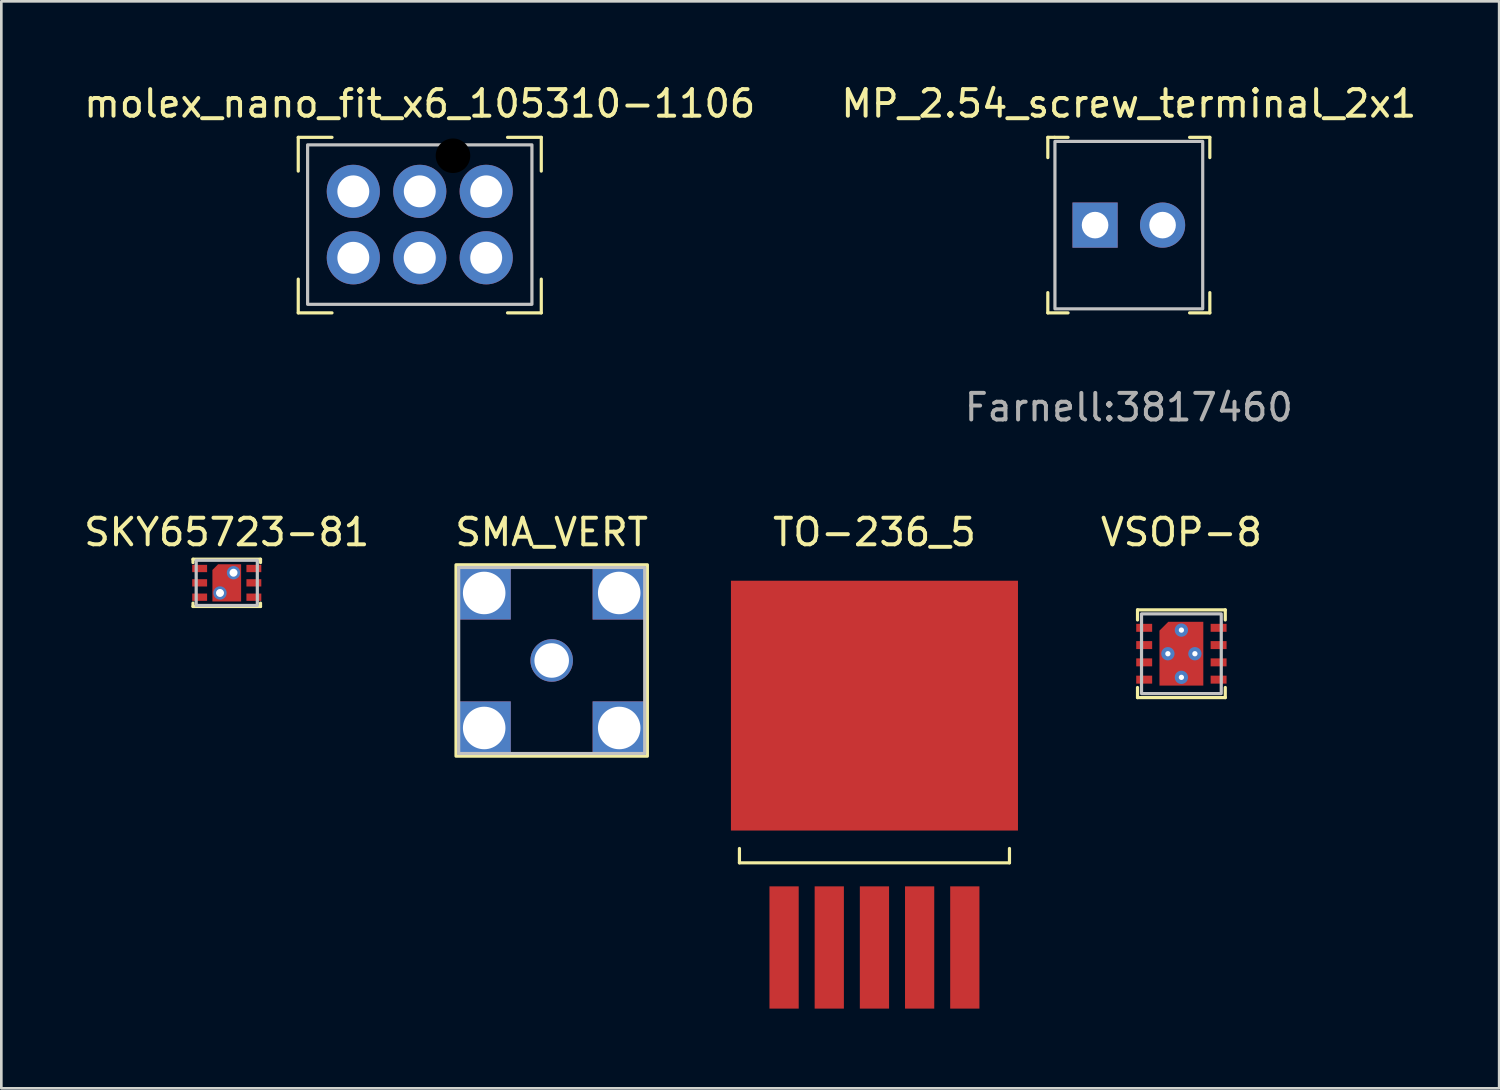
<source format=kicad_pcb>
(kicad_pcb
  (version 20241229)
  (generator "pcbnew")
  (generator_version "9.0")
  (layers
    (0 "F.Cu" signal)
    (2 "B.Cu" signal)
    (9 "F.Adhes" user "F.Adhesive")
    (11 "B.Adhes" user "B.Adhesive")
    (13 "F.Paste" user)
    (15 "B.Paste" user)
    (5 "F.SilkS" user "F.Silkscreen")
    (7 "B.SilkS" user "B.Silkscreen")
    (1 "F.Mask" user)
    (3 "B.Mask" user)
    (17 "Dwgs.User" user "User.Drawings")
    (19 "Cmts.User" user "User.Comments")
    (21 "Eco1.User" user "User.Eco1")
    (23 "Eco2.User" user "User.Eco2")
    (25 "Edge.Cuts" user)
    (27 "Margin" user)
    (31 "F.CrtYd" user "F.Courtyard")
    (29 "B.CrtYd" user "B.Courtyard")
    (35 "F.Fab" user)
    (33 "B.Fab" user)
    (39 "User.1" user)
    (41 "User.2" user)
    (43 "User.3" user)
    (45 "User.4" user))
  (footprint "MP_2.54_screw_terminal_2x1"
    (layer "F.Cu")
    (at 39.423 5.42)
    (property "Reference" "MP_2.54_screw_terminal_2x1" (at 0 -4.572 0) (unlocked yes) (layer "F.SilkS") (effects (font (size 1 1) (thickness 0.15))))
    (attr through_hole)
    (fp_line (start -3.048 -3.302) (end -3.048 -2.54) (stroke (width 0.12) (type solid)) (layer "F.SilkS"))
    (fp_line (start -3.048 3.302) (end -3.048 2.54) (stroke (width 0.12) (type solid)) (layer "F.SilkS"))
    (fp_line (start -2.794 -3.302) (end -3.048 -3.302) (stroke (width 0.12) (type solid)) (layer "F.SilkS"))
    (fp_line (start -2.286 -3.302) (end -2.794 -3.302) (stroke (width 0.12) (type solid)) (layer "F.SilkS"))
    (fp_line (start -2.286 3.302) (end -3.048 3.302) (stroke (width 0.12) (type solid)) (layer "F.SilkS"))
    (fp_line (start 2.286 -3.302) (end 3.048 -3.302) (stroke (width 0.12) (type solid)) (layer "F.SilkS"))
    (fp_line (start 2.286 3.302) (end 3.048 3.302) (stroke (width 0.12) (type solid)) (layer "F.SilkS"))
    (fp_line (start 3.048 -3.302) (end 3.048 -2.54) (stroke (width 0.12) (type solid)) (layer "F.SilkS"))
    (fp_line (start 3.048 3.302) (end 3.048 2.54) (stroke (width 0.12) (type solid)) (layer "F.SilkS"))
    (fp_rect (start -2.78 3.15) (end 2.78 -3.15) (stroke (width 0.12) (type solid)) (fill no) (layer "Dwgs.User"))
    (fp_text user "Farnell:3817460" (at 0 6.858 180) (layer "F.Fab") (effects (font (size 1 1) (thickness 0.15))))
    (pad "1" thru_hole rect (at -1.27 0 90) (size 1.7 1.7) (drill 1) (layers "*.Cu" "*.Mask"))
    (pad "2" thru_hole oval (at 1.27 0 90) (size 1.7 1.7) (drill 1) (layers "*.Cu" "*.Mask")))
  (footprint "VSOP-8"
    (layer "F.Cu")
    (at 41.401 21.547)
    (property "Reference" "VSOP-8" (at 0 -4.572 0) (unlocked yes) (layer "F.SilkS") (effects (font (size 1 1) (thickness 0.15))))
    (attr through_hole)
    (fp_line (start -1.651 -1.651) (end 1.651 -1.651) (stroke (width 0.12) (type solid)) (layer "F.SilkS"))
    (fp_line (start -1.651 -1.27) (end -1.651 -1.651) (stroke (width 0.12) (type solid)) (layer "F.SilkS"))
    (fp_line (start -1.651 1.27) (end -1.651 1.651) (stroke (width 0.12) (type solid)) (layer "F.SilkS"))
    (fp_line (start -1.651 1.651) (end 1.651 1.651) (stroke (width 0.12) (type solid)) (layer "F.SilkS"))
    (fp_line (start 1.651 -1.651) (end 1.651 -1.27) (stroke (width 0.12) (type solid)) (layer "F.SilkS"))
    (fp_line (start 1.651 1.651) (end 1.651 1.27) (stroke (width 0.12) (type solid)) (layer "F.SilkS"))
    (fp_rect (start -1.5 -1.5) (end 1.5 1.5) (stroke (width 0.12) (type solid)) (fill no) (layer "Dwgs.User"))
    (pad "1" smd rect (at -1.4 -0.975) (size 0.6 0.3) (layers "F.Cu" "F.Mask" "F.Paste"))
    (pad "2" smd rect (at -1.4 -0.325) (size 0.6 0.3) (layers "F.Cu" "F.Mask" "F.Paste"))
    (pad "3" smd rect (at -1.4 0.325) (size 0.6 0.3) (layers "F.Cu" "F.Mask" "F.Paste"))
    (pad "4" smd rect (at -1.4 0.975) (size 0.6 0.3) (layers "F.Cu" "F.Mask" "F.Paste"))
    (pad "5" smd rect (at 1.4 0.975) (size 0.6 0.3) (layers "F.Cu" "F.Mask" "F.Paste"))
    (pad "6" smd rect (at 1.4 0.325) (size 0.6 0.3) (layers "F.Cu" "F.Mask" "F.Paste"))
    (pad "7" smd rect (at 1.4 -0.325) (size 0.6 0.3) (layers "F.Cu" "F.Mask" "F.Paste"))
    (pad "8" smd rect (at 1.4 -0.975) (size 0.6 0.3) (layers "F.Cu" "F.Mask" "F.Paste"))
    (pad "9" thru_hole circle (at -0.508 0) (size 0.5 0.5) (drill 0.2) (layers "*.Cu" "*.Mask"))
    (pad "9" thru_hole circle (at 0 -0.889) (size 0.5 0.5) (drill 0.2) (layers "*.Cu" "*.Mask"))
    (pad "9" smd roundrect (at 0 0) (size 1.65 2.4) (layers "F.Cu" "F.Mask" "F.Paste") (roundrect_rratio 0) (chamfer_ratio 0.2) (chamfer top_left))
    (pad "9" thru_hole circle (at 0 0.889) (size 0.5 0.5) (drill 0.2) (layers "*.Cu" "*.Mask"))
    (pad "9" thru_hole circle (at 0.508 0) (size 0.5 0.5) (drill 0.2) (layers "*.Cu" "*.Mask")))
  (footprint "SKY65723-81"
    (layer "F.Cu")
    (at 5.482 18.88)
    (property "Reference" "SKY65723-81" (at 0 -1.905 0) (unlocked yes) (layer "F.SilkS") (effects (font (size 1 1) (thickness 0.15))))
    (attr smd)
    (fp_line (start -1.27 -0.889) (end 1.27 -0.889) (stroke (width 0.12) (type solid)) (layer "F.SilkS"))
    (fp_line (start -1.27 -0.762) (end -1.27 -0.889) (stroke (width 0.12) (type solid)) (layer "F.SilkS"))
    (fp_line (start -1.27 0.762) (end -1.27 0.889) (stroke (width 0.12) (type solid)) (layer "F.SilkS"))
    (fp_line (start -1.27 0.889) (end 1.27 0.889) (stroke (width 0.12) (type solid)) (layer "F.SilkS"))
    (fp_line (start 1.27 -0.889) (end 1.27 -0.762) (stroke (width 0.12) (type solid)) (layer "F.SilkS"))
    (fp_line (start 1.27 0.889) (end 1.27 0.762) (stroke (width 0.12) (type solid)) (layer "F.SilkS"))
    (fp_rect (start -1.15 -0.85) (end 1.15 0.85) (stroke (width 0.12) (type solid)) (fill no) (layer "Dwgs.User"))
    (pad "1" smd rect (at -1.02 -0.54) (size 0.56 0.275) (layers "F.Cu" "F.Mask" "F.Paste"))
    (pad "2" smd rect (at -1.02 0) (size 0.56 0.275) (layers "F.Cu" "F.Mask" "F.Paste"))
    (pad "3" smd rect (at -1.02 0.54) (size 0.56 0.275) (layers "F.Cu" "F.Mask" "F.Paste"))
    (pad "4" smd rect (at 1.02 0.54) (size 0.56 0.275) (layers "F.Cu" "F.Mask" "F.Paste"))
    (pad "5" smd rect (at 1.02 0) (size 0.56 0.275) (layers "F.Cu" "F.Mask" "F.Paste"))
    (pad "6" smd rect (at 1.02 -0.54) (size 0.56 0.275) (layers "F.Cu" "F.Mask" "F.Paste"))
    (pad "7" thru_hole circle (at -0.254 0.381) (size 0.5 0.5) (drill 0.3) (layers "*.Cu" "*.Mask"))
    (pad "7" smd roundrect (at 0 0) (size 1.08 1.4) (layers "F.Cu" "F.Mask" "F.Paste") (roundrect_rratio 0) (chamfer_ratio 0.2) (chamfer top_left))
    (pad "7" thru_hole circle (at 0.254 -0.381) (size 0.5 0.5) (drill 0.3) (layers "*.Cu" "*.Mask")))
  (footprint "TO-236_5"
    (layer "F.Cu")
    (at 29.852 26.875)
    (property "Reference" "TO-236_5" (at 0 -9.9 0) (unlocked yes) (layer "F.SilkS") (effects (font (size 1 1) (thickness 0.15))))
    (attr smd)
    (fp_line (start -5.08 2.54) (end -5.08 2) (stroke (width 0.12) (type solid)) (layer "F.SilkS"))
    (fp_line (start -5.08 2.54) (end 5.08 2.54) (stroke (width 0.12) (type solid)) (layer "F.SilkS"))
    (fp_line (start 5.08 2.54) (end 5.08 2) (stroke (width 0.12) (type solid)) (layer "F.SilkS"))
    (pad "1" smd rect (at -3.4 5.725) (size 1.1 4.6) (layers "F.Cu" "F.Mask" "F.Paste"))
    (pad "2" smd rect (at -1.7 5.725) (size 1.1 4.6) (layers "F.Cu" "F.Mask" "F.Paste"))
    (pad "3" smd rect (at 0 -3.375) (size 10.8 9.4) (layers "F.Cu" "F.Mask" "F.Paste"))
    (pad "3" smd rect (at 0 5.725) (size 1.1 4.6) (layers "F.Cu" "F.Mask" "F.Paste"))
    (pad "4" smd rect (at 1.7 5.725) (size 1.1 4.6) (layers "F.Cu" "F.Mask" "F.Paste"))
    (pad "5" smd rect (at 3.4 5.725) (size 1.1 4.6) (layers "F.Cu" "F.Mask" "F.Paste")))
  (footprint "SMA_VERT"
    (layer "F.Cu")
    (at 17.708 21.801)
    (property "Reference" "SMA_VERT" (at 0 -4.826 0) (unlocked yes) (layer "F.SilkS") (effects (font (size 1 1) (thickness 0.15))))
    (attr through_hole)
    (fp_rect (start -3.6 -3.6) (end 3.6 3.6) (stroke (width 0.12) (type solid)) (fill no) (layer "F.SilkS"))
    (fp_rect (start -3.5 -3.5) (end 3.5 3.5) (stroke (width 0.12) (type solid)) (fill no) (layer "Dwgs.User"))
    (pad "1" thru_hole circle (at 0 0) (size 1.6 1.6) (drill 1.3) (layers "*.Cu" "*.Mask"))
    (pad "2" thru_hole rect (at -2.54 -2.54) (size 2 2) (drill 1.6) (layers "*.Cu" "*.Mask"))
    (pad "2" thru_hole rect (at -2.54 2.54) (size 2 2) (drill 1.6) (layers "*.Cu" "*.Mask"))
    (pad "2" thru_hole rect (at 2.54 -2.54) (size 2 2) (drill 1.6) (layers "*.Cu" "*.Mask"))
    (pad "2" thru_hole rect (at 2.54 2.54) (size 2 2) (drill 1.6) (layers "*.Cu" "*.Mask"))
    (zone (net_name "") (layer "In1.Cu") (hatch edge 0.508) (connect_pads) (min_thickness 0.254) (filled_areas_thickness no) (keepout (tracks not_allowed) (vias not_allowed) (pads not_allowed) (copperpour not_allowed) (footprints allowed)) (placement (enabled no)) (fill) (polygon (pts (xy 20.121 21.801) (xy 17.708 24.214) (xy 15.295 21.801) (xy 17.708 19.388)))))
  (footprint "molex_nano_fit_x6_105310-1106"
    (layer "F.Cu")
    (at 12.744 4.15)
    (property "Reference" "molex_nano_fit_x6_105310-1106" (at 0 -3.302 0) (unlocked yes) (layer "F.SilkS") (effects (font (size 1 1) (thickness 0.15))))
    (attr through_hole)
    (fp_line (start -4.572 -2.032) (end -4.572 -0.762) (stroke (width 0.12) (type solid)) (layer "F.SilkS"))
    (fp_line (start -4.572 3.302) (end -4.572 4.572) (stroke (width 0.12) (type solid)) (layer "F.SilkS"))
    (fp_line (start -4.572 4.572) (end -3.302 4.572) (stroke (width 0.12) (type solid)) (layer "F.SilkS"))
    (fp_line (start -3.302 -2.032) (end -4.572 -2.032) (stroke (width 0.12) (type solid)) (layer "F.SilkS"))
    (fp_line (start 3.302 -2.032) (end 4.572 -2.032) (stroke (width 0.12) (type solid)) (layer "F.SilkS"))
    (fp_line (start 4.572 -2.032) (end 4.572 -0.762) (stroke (width 0.12) (type solid)) (layer "F.SilkS"))
    (fp_line (start 4.572 3.302) (end 4.572 4.572) (stroke (width 0.12) (type solid)) (layer "F.SilkS"))
    (fp_line (start 4.572 4.572) (end 3.302 4.572) (stroke (width 0.12) (type solid)) (layer "F.SilkS"))
    (fp_rect (start -4.22 -1.75) (end 4.22 4.25) (stroke (width 0.12) (type solid)) (fill no) (layer "Dwgs.User"))
    (pad "" np_thru_hole circle (at 1.25 -1.34) (size 1.3 1.3) (drill 1.3) (layers "*.Mask"))
    (pad "1" thru_hole circle (at 2.5 0) (size 2 2) (drill 1.2) (layers "*.Cu" "*.Mask"))
    (pad "2" thru_hole circle (at 0 0) (size 2 2) (drill 1.2) (layers "*.Cu" "*.Mask"))
    (pad "3" thru_hole circle (at -2.5 0) (size 2 2) (drill 1.2) (layers "*.Cu" "*.Mask"))
    (pad "4" thru_hole circle (at 2.5 2.5) (size 2 2) (drill 1.2) (layers "*.Cu" "*.Mask"))
    (pad "5" thru_hole circle (at 0 2.5) (size 2 2) (drill 1.2) (layers "*.Cu" "*.Mask"))
    (pad "6" thru_hole circle (at -2.5 2.5) (size 2 2) (drill 1.2) (layers "*.Cu" "*.Mask")))
  (gr_rect
    (start -3 -3)
    (end 53.357 37.9)
    (stroke (width 0.1) (type default))
    (fill no)
    (layer "Edge.Cuts")))
</source>
